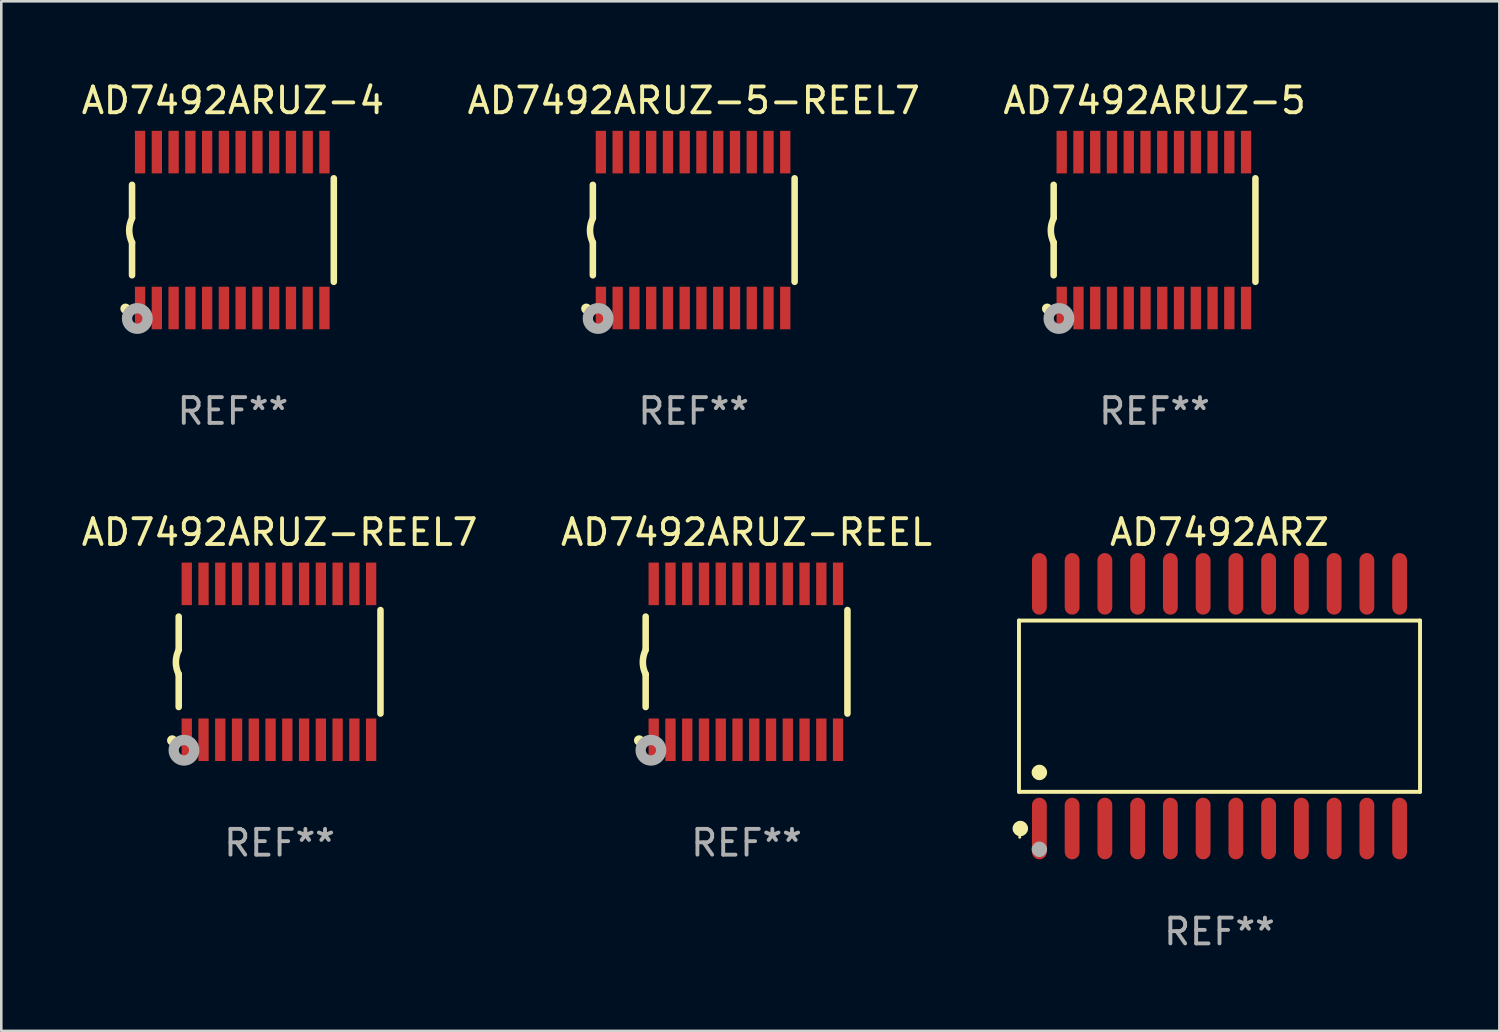
<source format=kicad_pcb>
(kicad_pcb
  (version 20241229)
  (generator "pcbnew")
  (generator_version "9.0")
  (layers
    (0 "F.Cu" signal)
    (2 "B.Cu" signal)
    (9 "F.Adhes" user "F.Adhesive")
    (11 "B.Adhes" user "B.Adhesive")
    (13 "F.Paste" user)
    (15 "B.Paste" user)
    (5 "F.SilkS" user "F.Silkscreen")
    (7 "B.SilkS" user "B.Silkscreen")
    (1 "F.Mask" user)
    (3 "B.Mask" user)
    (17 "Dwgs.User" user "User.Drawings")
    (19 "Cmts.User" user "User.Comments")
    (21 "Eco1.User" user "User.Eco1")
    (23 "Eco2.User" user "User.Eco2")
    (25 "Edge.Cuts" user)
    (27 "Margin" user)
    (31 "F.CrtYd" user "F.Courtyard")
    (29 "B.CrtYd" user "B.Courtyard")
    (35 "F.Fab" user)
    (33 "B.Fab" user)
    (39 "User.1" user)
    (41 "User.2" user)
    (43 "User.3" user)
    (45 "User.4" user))
  (footprint "AD7492ARZ"
    (layer "F.Cu")
    (at 44.239 24.334)
    (property "Reference" "AD7492ARZ" (at 0 -6.744 0) (layer "F.SilkS") (effects (font (size 1 1) (thickness 0.15))))
    (attr through_hole)
    (fp_line (start -7.776 -3.321) (end 7.776 -3.321) (stroke (width 0.152) (type solid)) (layer "F.SilkS"))
    (fp_line (start -7.776 3.321) (end -7.776 -3.321) (stroke (width 0.152) (type solid)) (layer "F.SilkS"))
    (fp_line (start 7.776 -3.321) (end 7.776 3.321) (stroke (width 0.152) (type solid)) (layer "F.SilkS"))
    (fp_line (start 7.776 3.321) (end -7.776 3.321) (stroke (width 0.152) (type solid)) (layer "F.SilkS"))
    (fp_circle (center -7.747 5.08) (end -7.717 5.08) (stroke (width 0.06) (type solid)) (fill no) (layer "F.SilkS"))
    (fp_circle (center -7.724 4.744) (end -7.574 4.744) (stroke (width 0.3) (type solid)) (fill no) (layer "F.SilkS"))
    (fp_circle (center -6.985 2.569) (end -6.835 2.569) (stroke (width 0.3) (type solid)) (fill no) (layer "F.SilkS"))
    (fp_circle (center -6.985 5.55) (end -6.835 5.55) (stroke (width 0.3) (type solid)) (fill no) (layer "F.Fab"))
    (fp_text user "REF**" (at 0 8.744 0) (layer "F.Fab") (effects (font (size 1 1) (thickness 0.15))))
    (pad "1" smd oval (at -6.985 4.744) (size 0.574 2.388) (layers "F.Cu" "F.Mask" "F.Paste"))
    (pad "2" smd oval (at -5.715 4.744) (size 0.574 2.388) (layers "F.Cu" "F.Mask" "F.Paste"))
    (pad "3" smd oval (at -4.445 4.744) (size 0.574 2.388) (layers "F.Cu" "F.Mask" "F.Paste"))
    (pad "4" smd oval (at -3.175 4.744) (size 0.574 2.388) (layers "F.Cu" "F.Mask" "F.Paste"))
    (pad "5" smd oval (at -1.905 4.744) (size 0.574 2.388) (layers "F.Cu" "F.Mask" "F.Paste"))
    (pad "6" smd oval (at -0.635 4.744) (size 0.574 2.388) (layers "F.Cu" "F.Mask" "F.Paste"))
    (pad "7" smd oval (at 0.635 4.744) (size 0.574 2.388) (layers "F.Cu" "F.Mask" "F.Paste"))
    (pad "8" smd oval (at 1.905 4.744) (size 0.574 2.388) (layers "F.Cu" "F.Mask" "F.Paste"))
    (pad "9" smd oval (at 3.175 4.744) (size 0.574 2.388) (layers "F.Cu" "F.Mask" "F.Paste"))
    (pad "10" smd oval (at 4.445 4.744) (size 0.574 2.388) (layers "F.Cu" "F.Mask" "F.Paste"))
    (pad "11" smd oval (at 5.715 4.744) (size 0.574 2.388) (layers "F.Cu" "F.Mask" "F.Paste"))
    (pad "12" smd oval (at 6.985 4.744) (size 0.574 2.388) (layers "F.Cu" "F.Mask" "F.Paste"))
    (pad "13" smd oval (at 6.985 -4.744) (size 0.574 2.388) (layers "F.Cu" "F.Mask" "F.Paste"))
    (pad "14" smd oval (at 5.715 -4.744) (size 0.574 2.388) (layers "F.Cu" "F.Mask" "F.Paste"))
    (pad "15" smd oval (at 4.445 -4.744) (size 0.574 2.388) (layers "F.Cu" "F.Mask" "F.Paste"))
    (pad "16" smd oval (at 3.175 -4.744) (size 0.574 2.388) (layers "F.Cu" "F.Mask" "F.Paste"))
    (pad "17" smd oval (at 1.905 -4.744) (size 0.574 2.388) (layers "F.Cu" "F.Mask" "F.Paste"))
    (pad "18" smd oval (at 0.635 -4.744) (size 0.574 2.388) (layers "F.Cu" "F.Mask" "F.Paste"))
    (pad "19" smd oval (at -0.635 -4.744) (size 0.574 2.388) (layers "F.Cu" "F.Mask" "F.Paste"))
    (pad "20" smd oval (at -1.905 -4.744) (size 0.574 2.388) (layers "F.Cu" "F.Mask" "F.Paste"))
    (pad "21" smd oval (at -3.175 -4.744) (size 0.574 2.388) (layers "F.Cu" "F.Mask" "F.Paste"))
    (pad "22" smd oval (at -4.445 -4.744) (size 0.574 2.388) (layers "F.Cu" "F.Mask" "F.Paste"))
    (pad "23" smd oval (at -5.715 -4.744) (size 0.574 2.388) (layers "F.Cu" "F.Mask" "F.Paste"))
    (pad "24" smd oval (at -6.985 -4.744) (size 0.574 2.388) (layers "F.Cu" "F.Mask" "F.Paste")))
  (footprint "AD7492ARUZ-REEL"
    (layer "F.Cu")
    (at 25.899 22.613)
    (property "Reference" "AD7492ARUZ-REEL" (at 0 -5.023 0) (layer "F.SilkS") (effects (font (size 1 1) (thickness 0.15))))
    (attr through_hole)
    (fp_line (start -3.912 -0.483) (end -3.912 -1.753) (stroke (width 0.254) (type solid)) (layer "F.SilkS"))
    (fp_line (start -3.912 1.753) (end -3.912 0.483) (stroke (width 0.254) (type solid)) (layer "F.SilkS"))
    (fp_line (start 3.912 -2.007) (end 3.912 2.007) (stroke (width 0.254) (type solid)) (layer "F.SilkS"))
    (fp_arc (start -3.911608 0.482601) (mid -4.022537 0.0127) (end -3.911608 -0.457201) (stroke (width 0.254001) (type solid)) (layer "F.SilkS"))
    (fp_circle (center -4.166 3.048) (end -4.066 3.048) (stroke (width 0.2) (type solid)) (fill no) (layer "F.SilkS"))
    (fp_circle (center -3.925 3.186) (end -3.895 3.186) (stroke (width 0.06) (type solid)) (fill no) (layer "F.SilkS"))
    (fp_circle (center -3.708 3.429) (end -3.509 3.429) (stroke (width 0.4) (type solid)) (fill no) (layer "F.Fab"))
    (fp_text user "REF**" (at 0 7.023 0) (layer "F.Fab") (effects (font (size 1 1) (thickness 0.15))))
    (pad "1" smd rect (at -3.6 3.023) (size 0.4 1.65) (layers "F.Cu" "F.Mask" "F.Paste"))
    (pad "2" smd rect (at -2.95 3.023) (size 0.4 1.65) (layers "F.Cu" "F.Mask" "F.Paste"))
    (pad "3" smd rect (at -2.3 3.023) (size 0.4 1.65) (layers "F.Cu" "F.Mask" "F.Paste"))
    (pad "4" smd rect (at -1.65 3.023) (size 0.4 1.65) (layers "F.Cu" "F.Mask" "F.Paste"))
    (pad "5" smd rect (at -1 3.023) (size 0.4 1.65) (layers "F.Cu" "F.Mask" "F.Paste"))
    (pad "6" smd rect (at -0.35 3.023) (size 0.4 1.65) (layers "F.Cu" "F.Mask" "F.Paste"))
    (pad "7" smd rect (at 0.299 3.023) (size 0.4 1.65) (layers "F.Cu" "F.Mask" "F.Paste"))
    (pad "8" smd rect (at 0.95 3.023) (size 0.4 1.65) (layers "F.Cu" "F.Mask" "F.Paste"))
    (pad "9" smd rect (at 1.6 3.023) (size 0.4 1.65) (layers "F.Cu" "F.Mask" "F.Paste"))
    (pad "10" smd rect (at 2.25 3.023) (size 0.4 1.65) (layers "F.Cu" "F.Mask" "F.Paste"))
    (pad "11" smd rect (at 2.9 3.023) (size 0.4 1.65) (layers "F.Cu" "F.Mask" "F.Paste"))
    (pad "12" smd rect (at 3.549 3.023) (size 0.4 1.65) (layers "F.Cu" "F.Mask" "F.Paste"))
    (pad "13" smd rect (at 3.549 -3.023) (size 0.4 1.65) (layers "F.Cu" "F.Mask" "F.Paste"))
    (pad "14" smd rect (at 2.9 -3.023) (size 0.4 1.65) (layers "F.Cu" "F.Mask" "F.Paste"))
    (pad "15" smd rect (at 2.25 -3.023) (size 0.4 1.65) (layers "F.Cu" "F.Mask" "F.Paste"))
    (pad "16" smd rect (at 1.6 -3.023) (size 0.4 1.65) (layers "F.Cu" "F.Mask" "F.Paste"))
    (pad "17" smd rect (at 0.95 -3.023) (size 0.4 1.65) (layers "F.Cu" "F.Mask" "F.Paste"))
    (pad "18" smd rect (at 0.299 -3.023) (size 0.4 1.65) (layers "F.Cu" "F.Mask" "F.Paste"))
    (pad "19" smd rect (at -0.35 -3.023) (size 0.4 1.65) (layers "F.Cu" "F.Mask" "F.Paste"))
    (pad "20" smd rect (at -1 -3.023) (size 0.4 1.65) (layers "F.Cu" "F.Mask" "F.Paste"))
    (pad "21" smd rect (at -1.65 -3.023) (size 0.4 1.65) (layers "F.Cu" "F.Mask" "F.Paste"))
    (pad "22" smd rect (at -2.3 -3.023) (size 0.4 1.65) (layers "F.Cu" "F.Mask" "F.Paste"))
    (pad "23" smd rect (at -2.95 -3.023) (size 0.4 1.65) (layers "F.Cu" "F.Mask" "F.Paste"))
    (pad "24" smd rect (at -3.6 -3.023) (size 0.4 1.65) (layers "F.Cu" "F.Mask" "F.Paste")))
  (footprint "AD7492ARUZ-4"
    (layer "F.Cu")
    (at 5.982 5.871)
    (property "Reference" "AD7492ARUZ-4" (at 0 -5.023 0) (layer "F.SilkS") (effects (font (size 1 1) (thickness 0.15))))
    (attr through_hole)
    (fp_line (start -3.912 -0.483) (end -3.912 -1.753) (stroke (width 0.254) (type solid)) (layer "F.SilkS"))
    (fp_line (start -3.912 1.753) (end -3.912 0.483) (stroke (width 0.254) (type solid)) (layer "F.SilkS"))
    (fp_line (start 3.912 -2.007) (end 3.912 2.007) (stroke (width 0.254) (type solid)) (layer "F.SilkS"))
    (fp_arc (start -3.911608 0.482601) (mid -4.022537 0.0127) (end -3.911608 -0.457201) (stroke (width 0.254001) (type solid)) (layer "F.SilkS"))
    (fp_circle (center -4.166 3.048) (end -4.066 3.048) (stroke (width 0.2) (type solid)) (fill no) (layer "F.SilkS"))
    (fp_circle (center -3.925 3.186) (end -3.895 3.186) (stroke (width 0.06) (type solid)) (fill no) (layer "F.SilkS"))
    (fp_circle (center -3.708 3.429) (end -3.509 3.429) (stroke (width 0.4) (type solid)) (fill no) (layer "F.Fab"))
    (fp_text user "REF**" (at 0 7.023 0) (layer "F.Fab") (effects (font (size 1 1) (thickness 0.15))))
    (pad "1" smd rect (at -3.6 3.023) (size 0.4 1.65) (layers "F.Cu" "F.Mask" "F.Paste"))
    (pad "2" smd rect (at -2.95 3.023) (size 0.4 1.65) (layers "F.Cu" "F.Mask" "F.Paste"))
    (pad "3" smd rect (at -2.3 3.023) (size 0.4 1.65) (layers "F.Cu" "F.Mask" "F.Paste"))
    (pad "4" smd rect (at -1.65 3.023) (size 0.4 1.65) (layers "F.Cu" "F.Mask" "F.Paste"))
    (pad "5" smd rect (at -1 3.023) (size 0.4 1.65) (layers "F.Cu" "F.Mask" "F.Paste"))
    (pad "6" smd rect (at -0.35 3.023) (size 0.4 1.65) (layers "F.Cu" "F.Mask" "F.Paste"))
    (pad "7" smd rect (at 0.299 3.023) (size 0.4 1.65) (layers "F.Cu" "F.Mask" "F.Paste"))
    (pad "8" smd rect (at 0.95 3.023) (size 0.4 1.65) (layers "F.Cu" "F.Mask" "F.Paste"))
    (pad "9" smd rect (at 1.6 3.023) (size 0.4 1.65) (layers "F.Cu" "F.Mask" "F.Paste"))
    (pad "10" smd rect (at 2.25 3.023) (size 0.4 1.65) (layers "F.Cu" "F.Mask" "F.Paste"))
    (pad "11" smd rect (at 2.9 3.023) (size 0.4 1.65) (layers "F.Cu" "F.Mask" "F.Paste"))
    (pad "12" smd rect (at 3.549 3.023) (size 0.4 1.65) (layers "F.Cu" "F.Mask" "F.Paste"))
    (pad "13" smd rect (at 3.549 -3.023) (size 0.4 1.65) (layers "F.Cu" "F.Mask" "F.Paste"))
    (pad "14" smd rect (at 2.9 -3.023) (size 0.4 1.65) (layers "F.Cu" "F.Mask" "F.Paste"))
    (pad "15" smd rect (at 2.25 -3.023) (size 0.4 1.65) (layers "F.Cu" "F.Mask" "F.Paste"))
    (pad "16" smd rect (at 1.6 -3.023) (size 0.4 1.65) (layers "F.Cu" "F.Mask" "F.Paste"))
    (pad "17" smd rect (at 0.95 -3.023) (size 0.4 1.65) (layers "F.Cu" "F.Mask" "F.Paste"))
    (pad "18" smd rect (at 0.299 -3.023) (size 0.4 1.65) (layers "F.Cu" "F.Mask" "F.Paste"))
    (pad "19" smd rect (at -0.35 -3.023) (size 0.4 1.65) (layers "F.Cu" "F.Mask" "F.Paste"))
    (pad "20" smd rect (at -1 -3.023) (size 0.4 1.65) (layers "F.Cu" "F.Mask" "F.Paste"))
    (pad "21" smd rect (at -1.65 -3.023) (size 0.4 1.65) (layers "F.Cu" "F.Mask" "F.Paste"))
    (pad "22" smd rect (at -2.3 -3.023) (size 0.4 1.65) (layers "F.Cu" "F.Mask" "F.Paste"))
    (pad "23" smd rect (at -2.95 -3.023) (size 0.4 1.65) (layers "F.Cu" "F.Mask" "F.Paste"))
    (pad "24" smd rect (at -3.6 -3.023) (size 0.4 1.65) (layers "F.Cu" "F.Mask" "F.Paste")))
  (footprint "AD7492ARUZ-5"
    (layer "F.Cu")
    (at 41.72 5.871)
    (property "Reference" "AD7492ARUZ-5" (at 0 -5.023 0) (layer "F.SilkS") (effects (font (size 1 1) (thickness 0.15))))
    (attr through_hole)
    (fp_line (start -3.912 -0.483) (end -3.912 -1.753) (stroke (width 0.254) (type solid)) (layer "F.SilkS"))
    (fp_line (start -3.912 1.753) (end -3.912 0.483) (stroke (width 0.254) (type solid)) (layer "F.SilkS"))
    (fp_line (start 3.912 -2.007) (end 3.912 2.007) (stroke (width 0.254) (type solid)) (layer "F.SilkS"))
    (fp_arc (start -3.911608 0.482601) (mid -4.022537 0.0127) (end -3.911608 -0.457201) (stroke (width 0.254001) (type solid)) (layer "F.SilkS"))
    (fp_circle (center -4.166 3.048) (end -4.066 3.048) (stroke (width 0.2) (type solid)) (fill no) (layer "F.SilkS"))
    (fp_circle (center -3.925 3.186) (end -3.895 3.186) (stroke (width 0.06) (type solid)) (fill no) (layer "F.SilkS"))
    (fp_circle (center -3.708 3.429) (end -3.509 3.429) (stroke (width 0.4) (type solid)) (fill no) (layer "F.Fab"))
    (fp_text user "REF**" (at 0 7.023 0) (layer "F.Fab") (effects (font (size 1 1) (thickness 0.15))))
    (pad "1" smd rect (at -3.6 3.023) (size 0.4 1.65) (layers "F.Cu" "F.Mask" "F.Paste"))
    (pad "2" smd rect (at -2.95 3.023) (size 0.4 1.65) (layers "F.Cu" "F.Mask" "F.Paste"))
    (pad "3" smd rect (at -2.3 3.023) (size 0.4 1.65) (layers "F.Cu" "F.Mask" "F.Paste"))
    (pad "4" smd rect (at -1.65 3.023) (size 0.4 1.65) (layers "F.Cu" "F.Mask" "F.Paste"))
    (pad "5" smd rect (at -1 3.023) (size 0.4 1.65) (layers "F.Cu" "F.Mask" "F.Paste"))
    (pad "6" smd rect (at -0.35 3.023) (size 0.4 1.65) (layers "F.Cu" "F.Mask" "F.Paste"))
    (pad "7" smd rect (at 0.299 3.023) (size 0.4 1.65) (layers "F.Cu" "F.Mask" "F.Paste"))
    (pad "8" smd rect (at 0.95 3.023) (size 0.4 1.65) (layers "F.Cu" "F.Mask" "F.Paste"))
    (pad "9" smd rect (at 1.6 3.023) (size 0.4 1.65) (layers "F.Cu" "F.Mask" "F.Paste"))
    (pad "10" smd rect (at 2.25 3.023) (size 0.4 1.65) (layers "F.Cu" "F.Mask" "F.Paste"))
    (pad "11" smd rect (at 2.9 3.023) (size 0.4 1.65) (layers "F.Cu" "F.Mask" "F.Paste"))
    (pad "12" smd rect (at 3.549 3.023) (size 0.4 1.65) (layers "F.Cu" "F.Mask" "F.Paste"))
    (pad "13" smd rect (at 3.549 -3.023) (size 0.4 1.65) (layers "F.Cu" "F.Mask" "F.Paste"))
    (pad "14" smd rect (at 2.9 -3.023) (size 0.4 1.65) (layers "F.Cu" "F.Mask" "F.Paste"))
    (pad "15" smd rect (at 2.25 -3.023) (size 0.4 1.65) (layers "F.Cu" "F.Mask" "F.Paste"))
    (pad "16" smd rect (at 1.6 -3.023) (size 0.4 1.65) (layers "F.Cu" "F.Mask" "F.Paste"))
    (pad "17" smd rect (at 0.95 -3.023) (size 0.4 1.65) (layers "F.Cu" "F.Mask" "F.Paste"))
    (pad "18" smd rect (at 0.299 -3.023) (size 0.4 1.65) (layers "F.Cu" "F.Mask" "F.Paste"))
    (pad "19" smd rect (at -0.35 -3.023) (size 0.4 1.65) (layers "F.Cu" "F.Mask" "F.Paste"))
    (pad "20" smd rect (at -1 -3.023) (size 0.4 1.65) (layers "F.Cu" "F.Mask" "F.Paste"))
    (pad "21" smd rect (at -1.65 -3.023) (size 0.4 1.65) (layers "F.Cu" "F.Mask" "F.Paste"))
    (pad "22" smd rect (at -2.3 -3.023) (size 0.4 1.65) (layers "F.Cu" "F.Mask" "F.Paste"))
    (pad "23" smd rect (at -2.95 -3.023) (size 0.4 1.65) (layers "F.Cu" "F.Mask" "F.Paste"))
    (pad "24" smd rect (at -3.6 -3.023) (size 0.4 1.65) (layers "F.Cu" "F.Mask" "F.Paste")))
  (footprint "AD7492ARUZ-5-REEL7"
    (layer "F.Cu")
    (at 23.851 5.871)
    (property "Reference" "AD7492ARUZ-5-REEL7" (at 0 -5.023 0) (layer "F.SilkS") (effects (font (size 1 1) (thickness 0.15))))
    (attr through_hole)
    (fp_line (start -3.912 -0.483) (end -3.912 -1.753) (stroke (width 0.254) (type solid)) (layer "F.SilkS"))
    (fp_line (start -3.912 1.753) (end -3.912 0.483) (stroke (width 0.254) (type solid)) (layer "F.SilkS"))
    (fp_line (start 3.912 -2.007) (end 3.912 2.007) (stroke (width 0.254) (type solid)) (layer "F.SilkS"))
    (fp_arc (start -3.911608 0.482601) (mid -4.022537 0.0127) (end -3.911608 -0.457201) (stroke (width 0.254001) (type solid)) (layer "F.SilkS"))
    (fp_circle (center -4.166 3.048) (end -4.066 3.048) (stroke (width 0.2) (type solid)) (fill no) (layer "F.SilkS"))
    (fp_circle (center -3.925 3.186) (end -3.895 3.186) (stroke (width 0.06) (type solid)) (fill no) (layer "F.SilkS"))
    (fp_circle (center -3.708 3.429) (end -3.509 3.429) (stroke (width 0.4) (type solid)) (fill no) (layer "F.Fab"))
    (fp_text user "REF**" (at 0 7.023 0) (layer "F.Fab") (effects (font (size 1 1) (thickness 0.15))))
    (pad "1" smd rect (at -3.6 3.023) (size 0.4 1.65) (layers "F.Cu" "F.Mask" "F.Paste"))
    (pad "2" smd rect (at -2.95 3.023) (size 0.4 1.65) (layers "F.Cu" "F.Mask" "F.Paste"))
    (pad "3" smd rect (at -2.3 3.023) (size 0.4 1.65) (layers "F.Cu" "F.Mask" "F.Paste"))
    (pad "4" smd rect (at -1.65 3.023) (size 0.4 1.65) (layers "F.Cu" "F.Mask" "F.Paste"))
    (pad "5" smd rect (at -1 3.023) (size 0.4 1.65) (layers "F.Cu" "F.Mask" "F.Paste"))
    (pad "6" smd rect (at -0.35 3.023) (size 0.4 1.65) (layers "F.Cu" "F.Mask" "F.Paste"))
    (pad "7" smd rect (at 0.299 3.023) (size 0.4 1.65) (layers "F.Cu" "F.Mask" "F.Paste"))
    (pad "8" smd rect (at 0.95 3.023) (size 0.4 1.65) (layers "F.Cu" "F.Mask" "F.Paste"))
    (pad "9" smd rect (at 1.6 3.023) (size 0.4 1.65) (layers "F.Cu" "F.Mask" "F.Paste"))
    (pad "10" smd rect (at 2.25 3.023) (size 0.4 1.65) (layers "F.Cu" "F.Mask" "F.Paste"))
    (pad "11" smd rect (at 2.9 3.023) (size 0.4 1.65) (layers "F.Cu" "F.Mask" "F.Paste"))
    (pad "12" smd rect (at 3.549 3.023) (size 0.4 1.65) (layers "F.Cu" "F.Mask" "F.Paste"))
    (pad "13" smd rect (at 3.549 -3.023) (size 0.4 1.65) (layers "F.Cu" "F.Mask" "F.Paste"))
    (pad "14" smd rect (at 2.9 -3.023) (size 0.4 1.65) (layers "F.Cu" "F.Mask" "F.Paste"))
    (pad "15" smd rect (at 2.25 -3.023) (size 0.4 1.65) (layers "F.Cu" "F.Mask" "F.Paste"))
    (pad "16" smd rect (at 1.6 -3.023) (size 0.4 1.65) (layers "F.Cu" "F.Mask" "F.Paste"))
    (pad "17" smd rect (at 0.95 -3.023) (size 0.4 1.65) (layers "F.Cu" "F.Mask" "F.Paste"))
    (pad "18" smd rect (at 0.299 -3.023) (size 0.4 1.65) (layers "F.Cu" "F.Mask" "F.Paste"))
    (pad "19" smd rect (at -0.35 -3.023) (size 0.4 1.65) (layers "F.Cu" "F.Mask" "F.Paste"))
    (pad "20" smd rect (at -1 -3.023) (size 0.4 1.65) (layers "F.Cu" "F.Mask" "F.Paste"))
    (pad "21" smd rect (at -1.65 -3.023) (size 0.4 1.65) (layers "F.Cu" "F.Mask" "F.Paste"))
    (pad "22" smd rect (at -2.3 -3.023) (size 0.4 1.65) (layers "F.Cu" "F.Mask" "F.Paste"))
    (pad "23" smd rect (at -2.95 -3.023) (size 0.4 1.65) (layers "F.Cu" "F.Mask" "F.Paste"))
    (pad "24" smd rect (at -3.6 -3.023) (size 0.4 1.65) (layers "F.Cu" "F.Mask" "F.Paste")))
  (footprint "AD7492ARUZ-REEL7"
    (layer "F.Cu")
    (at 7.792 22.613)
    (property "Reference" "AD7492ARUZ-REEL7" (at 0 -5.023 0) (layer "F.SilkS") (effects (font (size 1 1) (thickness 0.15))))
    (attr through_hole)
    (fp_line (start -3.912 -0.483) (end -3.912 -1.753) (stroke (width 0.254) (type solid)) (layer "F.SilkS"))
    (fp_line (start -3.912 1.753) (end -3.912 0.483) (stroke (width 0.254) (type solid)) (layer "F.SilkS"))
    (fp_line (start 3.912 -2.007) (end 3.912 2.007) (stroke (width 0.254) (type solid)) (layer "F.SilkS"))
    (fp_arc (start -3.911608 0.482601) (mid -4.022537 0.0127) (end -3.911608 -0.457201) (stroke (width 0.254001) (type solid)) (layer "F.SilkS"))
    (fp_circle (center -4.166 3.048) (end -4.066 3.048) (stroke (width 0.2) (type solid)) (fill no) (layer "F.SilkS"))
    (fp_circle (center -3.925 3.186) (end -3.895 3.186) (stroke (width 0.06) (type solid)) (fill no) (layer "F.SilkS"))
    (fp_circle (center -3.708 3.429) (end -3.509 3.429) (stroke (width 0.4) (type solid)) (fill no) (layer "F.Fab"))
    (fp_text user "REF**" (at 0 7.023 0) (layer "F.Fab") (effects (font (size 1 1) (thickness 0.15))))
    (pad "1" smd rect (at -3.6 3.023) (size 0.4 1.65) (layers "F.Cu" "F.Mask" "F.Paste"))
    (pad "2" smd rect (at -2.95 3.023) (size 0.4 1.65) (layers "F.Cu" "F.Mask" "F.Paste"))
    (pad "3" smd rect (at -2.3 3.023) (size 0.4 1.65) (layers "F.Cu" "F.Mask" "F.Paste"))
    (pad "4" smd rect (at -1.65 3.023) (size 0.4 1.65) (layers "F.Cu" "F.Mask" "F.Paste"))
    (pad "5" smd rect (at -1 3.023) (size 0.4 1.65) (layers "F.Cu" "F.Mask" "F.Paste"))
    (pad "6" smd rect (at -0.35 3.023) (size 0.4 1.65) (layers "F.Cu" "F.Mask" "F.Paste"))
    (pad "7" smd rect (at 0.299 3.023) (size 0.4 1.65) (layers "F.Cu" "F.Mask" "F.Paste"))
    (pad "8" smd rect (at 0.95 3.023) (size 0.4 1.65) (layers "F.Cu" "F.Mask" "F.Paste"))
    (pad "9" smd rect (at 1.6 3.023) (size 0.4 1.65) (layers "F.Cu" "F.Mask" "F.Paste"))
    (pad "10" smd rect (at 2.25 3.023) (size 0.4 1.65) (layers "F.Cu" "F.Mask" "F.Paste"))
    (pad "11" smd rect (at 2.9 3.023) (size 0.4 1.65) (layers "F.Cu" "F.Mask" "F.Paste"))
    (pad "12" smd rect (at 3.549 3.023) (size 0.4 1.65) (layers "F.Cu" "F.Mask" "F.Paste"))
    (pad "13" smd rect (at 3.549 -3.023) (size 0.4 1.65) (layers "F.Cu" "F.Mask" "F.Paste"))
    (pad "14" smd rect (at 2.9 -3.023) (size 0.4 1.65) (layers "F.Cu" "F.Mask" "F.Paste"))
    (pad "15" smd rect (at 2.25 -3.023) (size 0.4 1.65) (layers "F.Cu" "F.Mask" "F.Paste"))
    (pad "16" smd rect (at 1.6 -3.023) (size 0.4 1.65) (layers "F.Cu" "F.Mask" "F.Paste"))
    (pad "17" smd rect (at 0.95 -3.023) (size 0.4 1.65) (layers "F.Cu" "F.Mask" "F.Paste"))
    (pad "18" smd rect (at 0.299 -3.023) (size 0.4 1.65) (layers "F.Cu" "F.Mask" "F.Paste"))
    (pad "19" smd rect (at -0.35 -3.023) (size 0.4 1.65) (layers "F.Cu" "F.Mask" "F.Paste"))
    (pad "20" smd rect (at -1 -3.023) (size 0.4 1.65) (layers "F.Cu" "F.Mask" "F.Paste"))
    (pad "21" smd rect (at -1.65 -3.023) (size 0.4 1.65) (layers "F.Cu" "F.Mask" "F.Paste"))
    (pad "22" smd rect (at -2.3 -3.023) (size 0.4 1.65) (layers "F.Cu" "F.Mask" "F.Paste"))
    (pad "23" smd rect (at -2.95 -3.023) (size 0.4 1.65) (layers "F.Cu" "F.Mask" "F.Paste"))
    (pad "24" smd rect (at -3.6 -3.023) (size 0.4 1.65) (layers "F.Cu" "F.Mask" "F.Paste")))
  (gr_rect
    (start -3 -3)
    (end 55.091 36.926)
    (stroke (width 0.1) (type default))
    (fill no)
    (layer "Edge.Cuts")))
</source>
